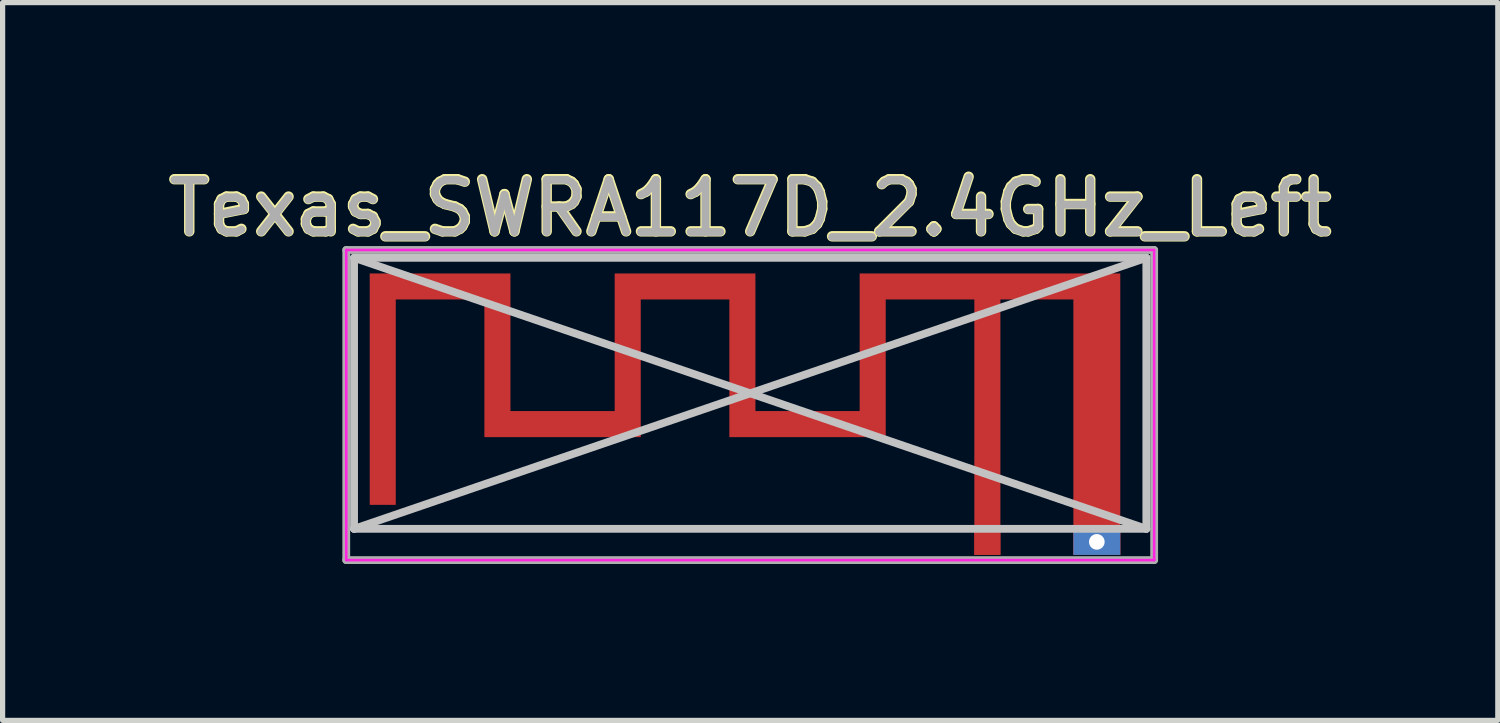
<source format=kicad_pcb>
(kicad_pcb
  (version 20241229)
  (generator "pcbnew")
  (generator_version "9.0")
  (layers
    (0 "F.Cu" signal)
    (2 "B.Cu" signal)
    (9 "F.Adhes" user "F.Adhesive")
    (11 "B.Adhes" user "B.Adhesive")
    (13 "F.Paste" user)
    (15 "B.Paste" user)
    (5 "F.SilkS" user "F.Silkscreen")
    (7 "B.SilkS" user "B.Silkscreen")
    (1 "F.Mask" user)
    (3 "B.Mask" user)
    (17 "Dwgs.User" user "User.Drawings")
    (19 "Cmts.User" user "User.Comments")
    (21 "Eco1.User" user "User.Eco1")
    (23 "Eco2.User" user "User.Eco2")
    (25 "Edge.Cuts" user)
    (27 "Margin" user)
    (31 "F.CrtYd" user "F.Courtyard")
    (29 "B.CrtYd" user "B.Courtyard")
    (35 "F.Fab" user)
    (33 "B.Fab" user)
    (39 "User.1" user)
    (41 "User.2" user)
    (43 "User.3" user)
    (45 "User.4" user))
  (footprint "Texas_SWRA117D_2.4GHz_Left"
    (layer "F.Cu")
    (at 15.893 7.346)
    (property "Reference" "Texas_SWRA117D_2.4GHz_Left" (at -4.55 -6.41 0) (layer "F.SilkS") (effects (font (size 1 1) (thickness 0.2))))
    (attr exclude_from_pos_files exclude_from_bom)
    (fp_poly (pts (xy -2.45 -2.51) (xy -4.45 -2.51) (xy -4.45 -5.15) (xy -7.15 -5.15) (xy -7.15 -2.51) (xy -9.15 -2.51) (xy -9.15 -5.15) (xy -11.85 -5.15) (xy -11.85 -0.71) (xy -11.35 -0.71) (xy -11.35 -4.65) (xy -9.65 -4.65) (xy -9.65 -2.01) (xy -6.65 -2.01) (xy -6.65 -4.65) (xy -4.95 -4.65) (xy -4.95 -2.01) (xy -1.95 -2.01) (xy -1.95 -4.65) (xy -0.25 -4.65) (xy -0.25 0.25) (xy 0.25 0.25) (xy 0.25 -4.65) (xy 1.65 -4.65) (xy 1.65 0.25) (xy 2.55 0.25) (xy 2.55 0.007) (xy 2.248 0.007) (xy 2.238 0.054) (xy 2.214 0.097) (xy 2.176 0.13) (xy 2.168 0.134) (xy 2.125 0.146) (xy 2.077 0.145) (xy 2.031 0.132) (xy 2.013 0.122) (xy 1.979 0.087) (xy 1.958 0.041) (xy 1.952 -0.008) (xy 1.96 -0.056) (xy 1.977 -0.089) (xy 2.012 -0.121) (xy 2.058 -0.141) (xy 2.107 -0.148) (xy 2.155 -0.14) (xy 2.188 -0.123) (xy 2.223 -0.086) (xy 2.243 -0.042) (xy 2.248 0.007) (xy 2.55 0.007) (xy 2.55 -5.15) (xy -2.45 -5.15) (xy -2.45 -2.51)) (stroke (width 0) (type solid)) (fill yes) (layer "F.Cu"))
    (fp_line (start -12.15 -0.25) (end -12.15 -5.45) (stroke (width 0.15) (type solid)) (layer "Dwgs.User"))
    (fp_line (start 3.05 -5.45) (end -12.15 -5.45) (stroke (width 0.15) (type solid)) (layer "Dwgs.User"))
    (fp_line (start 3.05 -5.45) (end -12.15 -0.25) (stroke (width 0.15) (type solid)) (layer "Dwgs.User"))
    (fp_line (start 3.05 -0.25) (end -12.15 -5.45) (stroke (width 0.15) (type solid)) (layer "Dwgs.User"))
    (fp_line (start 3.05 -0.25) (end -12.15 -0.25) (stroke (width 0.15) (type solid)) (layer "Dwgs.User"))
    (fp_line (start 3.05 -0.25) (end 3.05 -5.45) (stroke (width 0.15) (type solid)) (layer "Dwgs.User"))
    (fp_line (start -12.3 -5.6) (end -12.3 0.35) (stroke (width 0.05) (type solid)) (layer "F.CrtYd"))
    (fp_line (start -12.3 0.35) (end 3.2 0.35) (stroke (width 0.05) (type solid)) (layer "F.CrtYd"))
    (fp_line (start 3.2 -5.6) (end -12.3 -5.6) (stroke (width 0.05) (type solid)) (layer "F.CrtYd"))
    (fp_line (start 3.2 0.35) (end 3.2 -5.6) (stroke (width 0.05) (type solid)) (layer "F.CrtYd"))
    (fp_line (start -12.3 -5.6) (end -12.3 0.35) (stroke (width 0.15) (type solid)) (layer "F.Fab"))
    (fp_line (start -12.3 0.35) (end 3.2 0.35) (stroke (width 0.15) (type solid)) (layer "F.Fab"))
    (fp_line (start 3.2 -5.6) (end -12.3 -5.6) (stroke (width 0.15) (type solid)) (layer "F.Fab"))
    (fp_line (start 3.2 0.35) (end 3.2 -5.6) (stroke (width 0.15) (type solid)) (layer "F.Fab"))
    (fp_text user "${REFERENCE}" (at -4.55 -6.4 0) (layer "F.Fab") (effects (font (size 1 1) (thickness 0.15))))
    (pad "1" connect rect (at 0 0) (size 0.5 0.5) (layers "F.Cu"))
    (pad "2" thru_hole rect (at 2.1 0) (size 0.9 0.5) (drill 0.3) (layers "*.Cu")))
  (gr_rect
    (start -3 -3)
    (end 25.686 10.771)
    (stroke (width 0.1) (type default))
    (fill no)
    (layer "Edge.Cuts")))
</source>
